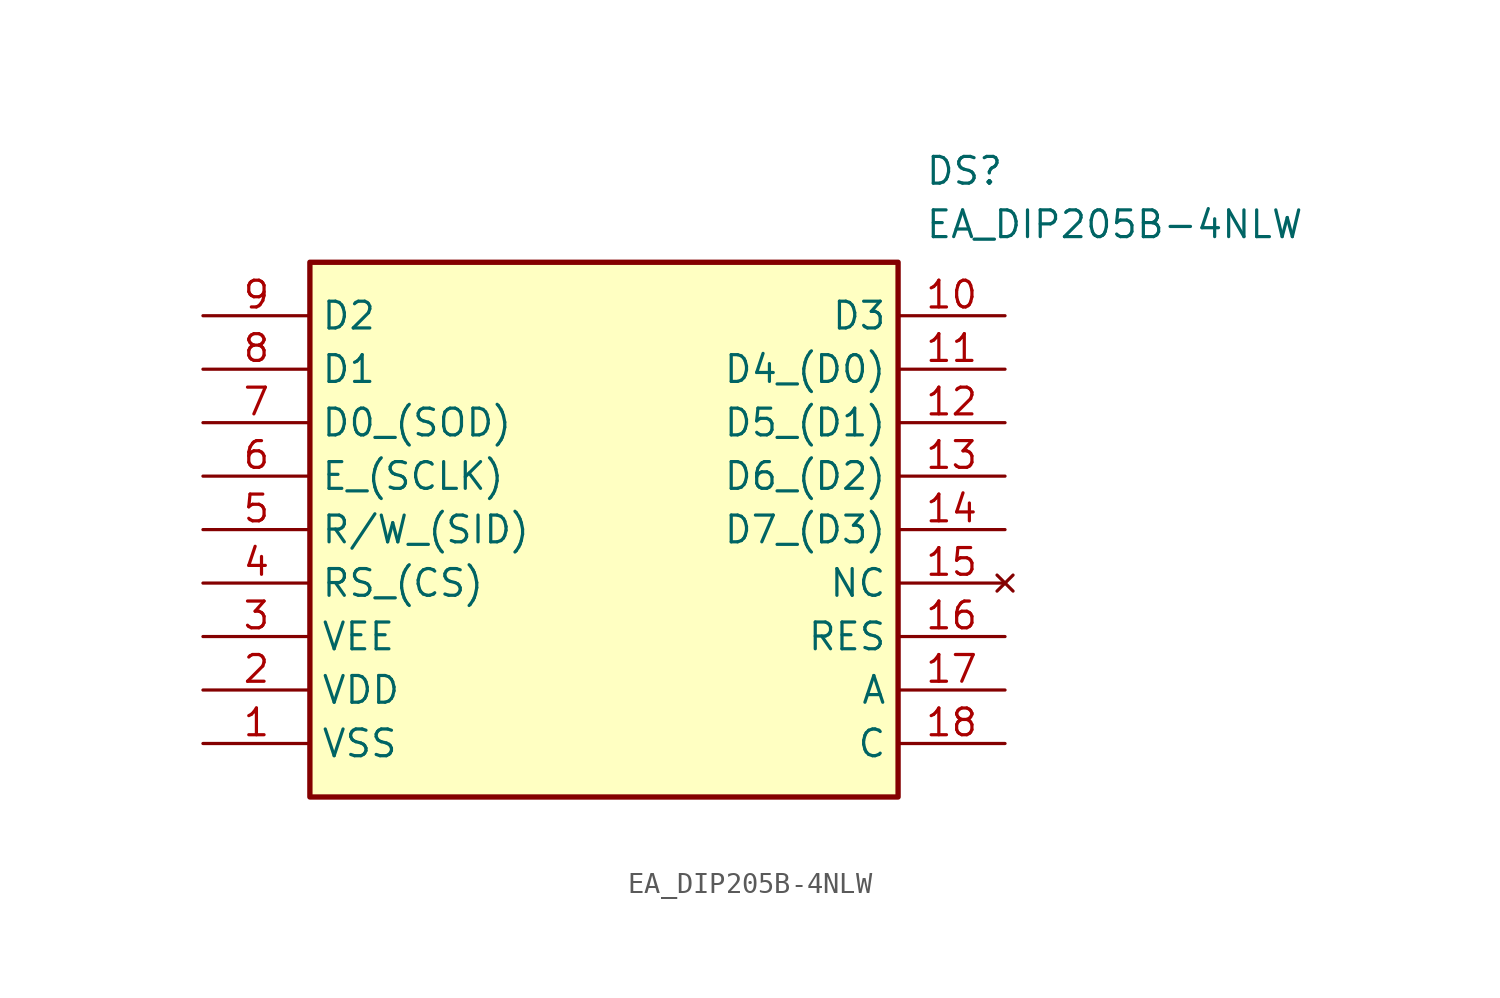
<source format=kicad_sym>
(kicad_symbol_lib
  (version 20211014)
  (generator SamacSys_ECAD_Model)
  (symbol "EA_DIP205B-4NLW"
    (property "Reference" "DS"
      (at 34.29 7.62 0)
      (effects (font (size 1.27 1.27)) (justify left top)))
    (property "Value" "EA_DIP205B-4NLW"
      (at 34.29 5.08 0)
      (effects (font (size 1.27 1.27)) (justify left top)))
    (rectangle
      (start 5.08 2.54)
      (end 33.02 -22.86)
      (stroke (width 0.254) (type default))
      (fill (type background)))
    (pin passive line
      (at 0 -20.32 0)
      (length 5.08)
      (name "VSS" (effects (font (size 1.27 1.27))))
      (number "1" (effects (font (size 1.27 1.27)))))
    (pin passive line
      (at 0 -17.78 0)
      (length 5.08)
      (name "VDD" (effects (font (size 1.27 1.27))))
      (number "2" (effects (font (size 1.27 1.27)))))
    (pin passive line
      (at 0 -15.24 0)
      (length 5.08)
      (name "VEE" (effects (font (size 1.27 1.27))))
      (number "3" (effects (font (size 1.27 1.27)))))
    (pin passive line
      (at 0 -12.7 0)
      (length 5.08)
      (name "RS_(CS)" (effects (font (size 1.27 1.27))))
      (number "4" (effects (font (size 1.27 1.27)))))
    (pin passive line
      (at 0 -10.16 0)
      (length 5.08)
      (name "R/W_(SID)" (effects (font (size 1.27 1.27))))
      (number "5" (effects (font (size 1.27 1.27)))))
    (pin passive line
      (at 0 -7.62 0)
      (length 5.08)
      (name "E_(SCLK)" (effects (font (size 1.27 1.27))))
      (number "6" (effects (font (size 1.27 1.27)))))
    (pin passive line
      (at 0 -5.08 0)
      (length 5.08)
      (name "D0_(SOD)" (effects (font (size 1.27 1.27))))
      (number "7" (effects (font (size 1.27 1.27)))))
    (pin passive line
      (at 0 -2.54 0)
      (length 5.08)
      (name "D1" (effects (font (size 1.27 1.27))))
      (number "8" (effects (font (size 1.27 1.27)))))
    (pin passive line
      (at 0 0 0)
      (length 5.08)
      (name "D2" (effects (font (size 1.27 1.27))))
      (number "9" (effects (font (size 1.27 1.27)))))
    (pin passive line
      (at 38.1 0 180)
      (length 5.08)
      (name "D3" (effects (font (size 1.27 1.27))))
      (number "10" (effects (font (size 1.27 1.27)))))
    (pin passive line
      (at 38.1 -2.54 180)
      (length 5.08)
      (name "D4_(D0)" (effects (font (size 1.27 1.27))))
      (number "11" (effects (font (size 1.27 1.27)))))
    (pin passive line
      (at 38.1 -5.08 180)
      (length 5.08)
      (name "D5_(D1)" (effects (font (size 1.27 1.27))))
      (number "12" (effects (font (size 1.27 1.27)))))
    (pin passive line
      (at 38.1 -7.62 180)
      (length 5.08)
      (name "D6_(D2)" (effects (font (size 1.27 1.27))))
      (number "13" (effects (font (size 1.27 1.27)))))
    (pin passive line
      (at 38.1 -10.16 180)
      (length 5.08)
      (name "D7_(D3)" (effects (font (size 1.27 1.27))))
      (number "14" (effects (font (size 1.27 1.27)))))
    (pin no_connect line
      (at 38.1 -12.7 180)
      (length 5.08)
      (name "NC" (effects (font (size 1.27 1.27))))
      (number "15" (effects (font (size 1.27 1.27)))))
    (pin passive line
      (at 38.1 -15.24 180)
      (length 5.08)
      (name "RES" (effects (font (size 1.27 1.27))))
      (number "16" (effects (font (size 1.27 1.27)))))
    (pin passive line
      (at 38.1 -17.78 180)
      (length 5.08)
      (name "A" (effects (font (size 1.27 1.27))))
      (number "17" (effects (font (size 1.27 1.27)))))
    (pin passive line
      (at 38.1 -20.32 180)
      (length 5.08)
      (name "C" (effects (font (size 1.27 1.27))))
      (number "18" (effects (font (size 1.27 1.27)))))))
</source>
